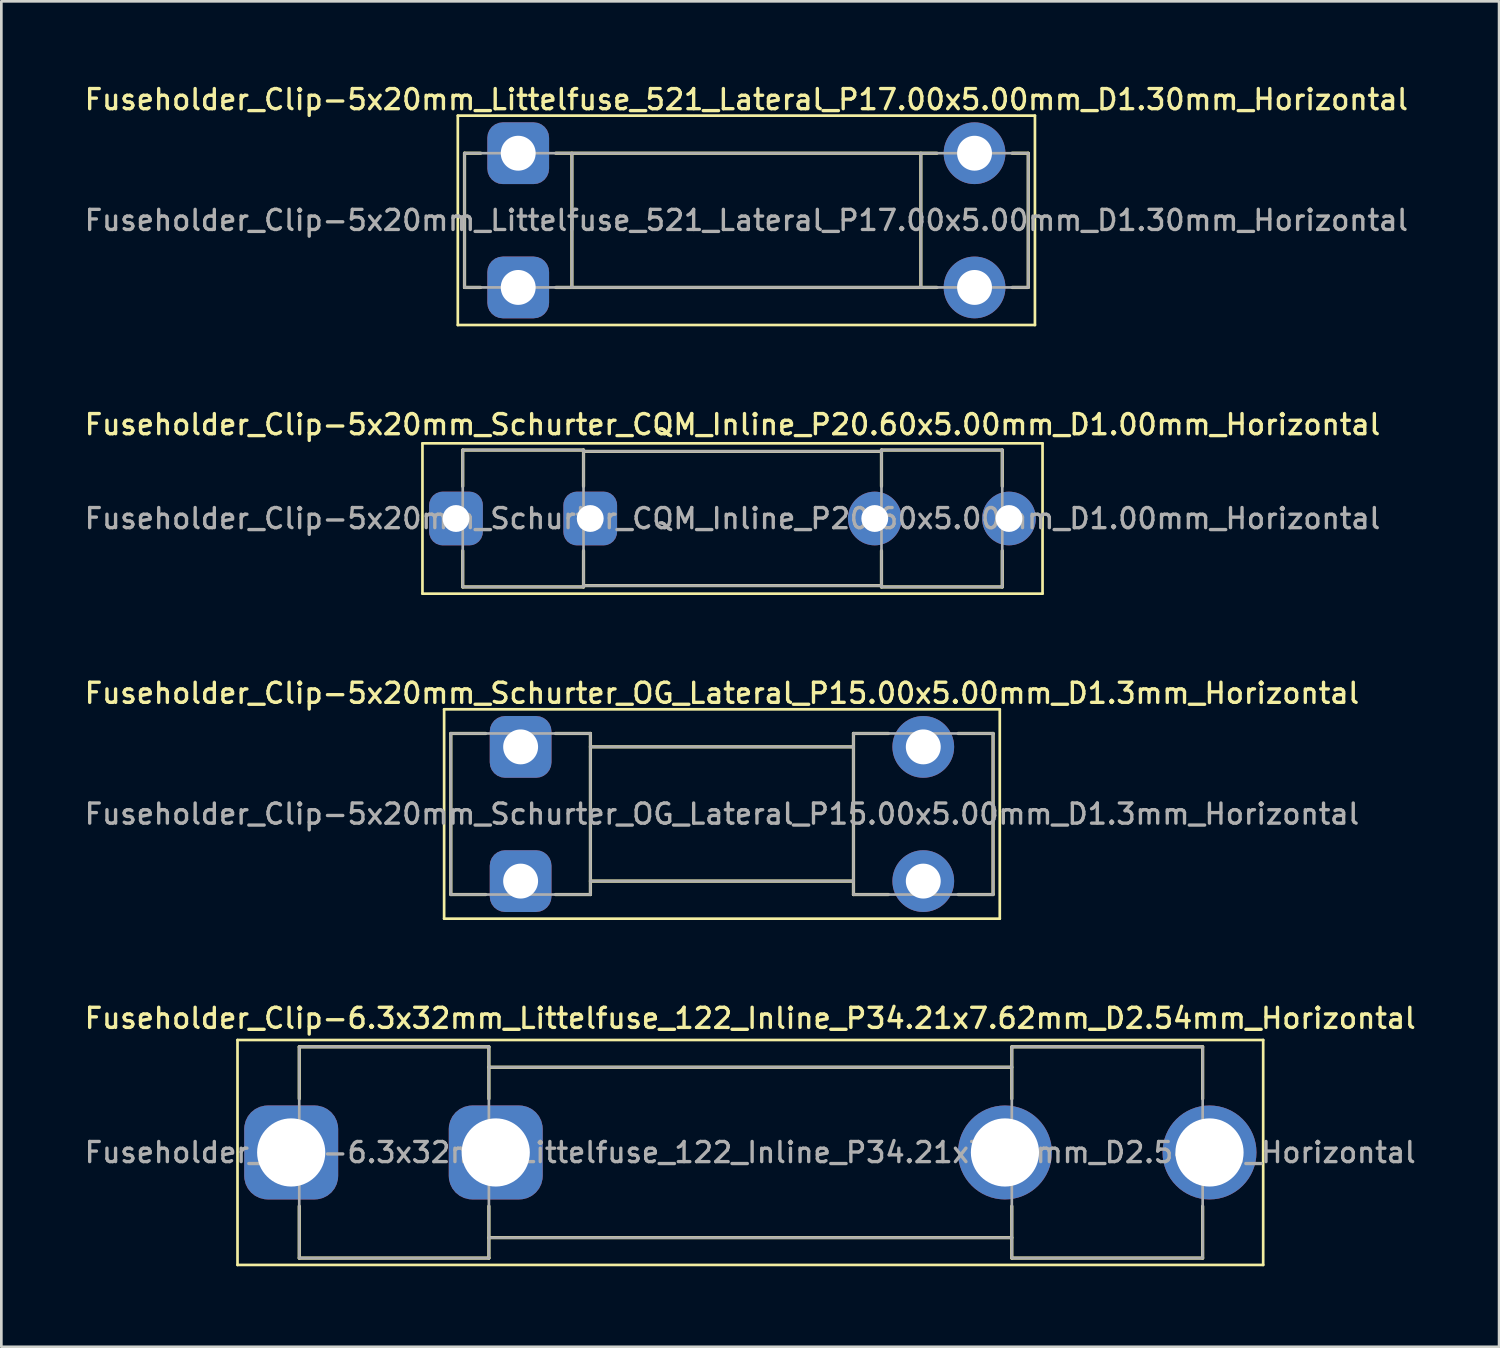
<source format=kicad_pcb>
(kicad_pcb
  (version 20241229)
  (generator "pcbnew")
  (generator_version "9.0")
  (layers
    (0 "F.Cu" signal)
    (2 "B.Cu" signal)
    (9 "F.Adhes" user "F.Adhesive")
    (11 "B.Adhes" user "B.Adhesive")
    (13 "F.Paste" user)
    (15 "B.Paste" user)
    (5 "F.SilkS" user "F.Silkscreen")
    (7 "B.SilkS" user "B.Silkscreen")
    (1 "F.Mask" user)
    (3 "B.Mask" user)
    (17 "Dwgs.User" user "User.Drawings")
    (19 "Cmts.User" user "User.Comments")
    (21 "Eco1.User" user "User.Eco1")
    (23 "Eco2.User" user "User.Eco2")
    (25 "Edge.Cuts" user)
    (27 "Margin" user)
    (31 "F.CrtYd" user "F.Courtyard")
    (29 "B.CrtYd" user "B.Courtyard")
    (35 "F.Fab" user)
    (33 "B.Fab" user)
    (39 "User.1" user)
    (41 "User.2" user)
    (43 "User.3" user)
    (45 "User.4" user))
  (footprint "Fuseholder_Clip-5x20mm_Littelfuse_521_Lateral_P17.00x5.00mm_D1.30mm_Horizontal"
    (layer "F.Cu")
    (at 16.255 2.658)
    (property "Reference" "Fuseholder_Clip-5x20mm_Littelfuse_521_Lateral_P17.00x5.00mm_D1.30mm_Horizontal" (at 8.5 -2 0) (layer "F.SilkS") (effects (font (size 0.75 0.75) (thickness 0.125))))
    (attr through_hole)
    (fp_line (start -2.25 -1.4) (end -2.25 6.4) (stroke (width 0.1) (type solid)) (layer "F.SilkS"))
    (fp_line (start -2.25 -1.4) (end 19.25 -1.4) (stroke (width 0.1) (type solid)) (layer "F.SilkS"))
    (fp_line (start -2 5) (end -2 0) (stroke (width 0.12) (type solid)) (layer "F.SilkS"))
    (fp_line (start -1.4 0) (end -2 0) (stroke (width 0.12) (type solid)) (layer "F.SilkS"))
    (fp_line (start -1.4 5) (end -2 5) (stroke (width 0.12) (type solid)) (layer "F.SilkS"))
    (fp_line (start 2 0) (end 2 5) (stroke (width 0.12) (type solid)) (layer "F.SilkS"))
    (fp_line (start 15 0) (end 15 5) (stroke (width 0.12) (type solid)) (layer "F.SilkS"))
    (fp_line (start 15.6 0) (end 1.4 0) (stroke (width 0.12) (type solid)) (layer "F.SilkS"))
    (fp_line (start 15.6 5) (end 1.4 5) (stroke (width 0.12) (type solid)) (layer "F.SilkS"))
    (fp_line (start 18.4 0) (end 19 0) (stroke (width 0.12) (type solid)) (layer "F.SilkS"))
    (fp_line (start 18.4 5) (end 19 5) (stroke (width 0.12) (type solid)) (layer "F.SilkS"))
    (fp_line (start 19 0) (end 19 5) (stroke (width 0.12) (type solid)) (layer "F.SilkS"))
    (fp_line (start 19.25 6.4) (end -2.25 6.4) (stroke (width 0.1) (type solid)) (layer "F.SilkS"))
    (fp_line (start 19.25 6.4) (end 19.25 -1.4) (stroke (width 0.1) (type solid)) (layer "F.SilkS"))
    (fp_line (start -2 0) (end 19 0) (stroke (width 0.1) (type solid)) (layer "F.Fab"))
    (fp_line (start -2 5) (end -2 0) (stroke (width 0.1) (type solid)) (layer "F.Fab"))
    (fp_line (start 2 0) (end 2 5) (stroke (width 0.1) (type solid)) (layer "F.Fab"))
    (fp_line (start 15 0) (end 15 5) (stroke (width 0.1) (type solid)) (layer "F.Fab"))
    (fp_line (start 19 5) (end -2 5) (stroke (width 0.1) (type solid)) (layer "F.Fab"))
    (fp_line (start 19 5) (end 19 0) (stroke (width 0.1) (type solid)) (layer "F.Fab"))
    (fp_text user "${REFERENCE}" (at 8.5 2.5 0) (layer "F.Fab") (effects (font (size 0.75 0.75) (thickness 0.125))))
    (pad "1" thru_hole roundrect (at 0 0) (size 2.3 2.3) (drill 1.3) (layers "*.Cu" "*.Mask") (roundrect_rratio 0.25))
    (pad "1" thru_hole roundrect (at 0 5) (size 2.3 2.3) (drill 1.3) (layers "*.Cu" "*.Mask") (roundrect_rratio 0.25))
    (pad "2" thru_hole circle (at 17 0) (size 2.3 2.3) (drill 1.3) (layers "*.Cu" "*.Mask"))
    (pad "2" thru_hole circle (at 17 5) (size 2.3 2.3) (drill 1.3) (layers "*.Cu" "*.Mask")))
  (footprint "Fuseholder_Clip-6.3x32mm_Littelfuse_122_Inline_P34.21x7.62mm_D2.54mm_Horizontal"
    (layer "F.Cu")
    (at 7.798 39.883)
    (property "Reference" "Fuseholder_Clip-6.3x32mm_Littelfuse_122_Inline_P34.21x7.62mm_D2.54mm_Horizontal" (at 17.1 -5 0) (layer "F.SilkS") (effects (font (size 0.75 0.75) (thickness 0.125))))
    (attr through_hole)
    (fp_line (start -2 -4.19) (end -2 4.19) (stroke (width 0.1) (type solid)) (layer "F.SilkS"))
    (fp_line (start -2 -4.19) (end 36.21 -4.19) (stroke (width 0.1) (type solid)) (layer "F.SilkS"))
    (fp_line (start 0.3 -3.935) (end 0.3 -2) (stroke (width 0.12) (type solid)) (layer "F.SilkS"))
    (fp_line (start 0.3 3.935) (end 0.3 2) (stroke (width 0.12) (type solid)) (layer "F.SilkS"))
    (fp_line (start 7.365 -3.935) (end 0.3 -3.935) (stroke (width 0.12) (type solid)) (layer "F.SilkS"))
    (fp_line (start 7.365 -3.935) (end 7.365 -2) (stroke (width 0.12) (type solid)) (layer "F.SilkS"))
    (fp_line (start 7.365 3.935) (end 0.3 3.935) (stroke (width 0.12) (type solid)) (layer "F.SilkS"))
    (fp_line (start 7.365 3.935) (end 7.365 2) (stroke (width 0.12) (type solid)) (layer "F.SilkS"))
    (fp_line (start 26.845 -3.935) (end 26.845 -2) (stroke (width 0.12) (type solid)) (layer "F.SilkS"))
    (fp_line (start 26.845 -3.175) (end 7.365 -3.175) (stroke (width 0.12) (type solid)) (layer "F.SilkS"))
    (fp_line (start 26.845 3.175) (end 7.365 3.175) (stroke (width 0.12) (type solid)) (layer "F.SilkS"))
    (fp_line (start 26.845 3.935) (end 26.845 2) (stroke (width 0.12) (type solid)) (layer "F.SilkS"))
    (fp_line (start 26.845 3.935) (end 33.955 3.935) (stroke (width 0.12) (type solid)) (layer "F.SilkS"))
    (fp_line (start 33.955 -3.935) (end 26.845 -3.935) (stroke (width 0.12) (type solid)) (layer "F.SilkS"))
    (fp_line (start 33.955 -2) (end 33.955 -3.935) (stroke (width 0.12) (type solid)) (layer "F.SilkS"))
    (fp_line (start 33.955 2) (end 33.955 3.935) (stroke (width 0.12) (type solid)) (layer "F.SilkS"))
    (fp_line (start 36.21 4.19) (end -2 4.19) (stroke (width 0.1) (type solid)) (layer "F.SilkS"))
    (fp_line (start 36.21 4.19) (end 36.21 -4.19) (stroke (width 0.1) (type solid)) (layer "F.SilkS"))
    (fp_line (start 0.3 -3.935) (end 7.365 -3.935) (stroke (width 0.1) (type solid)) (layer "F.Fab"))
    (fp_line (start 0.3 3.935) (end 0.3 -3.935) (stroke (width 0.1) (type solid)) (layer "F.Fab"))
    (fp_line (start 7.365 -3.935) (end 7.365 3.935) (stroke (width 0.1) (type solid)) (layer "F.Fab"))
    (fp_line (start 7.365 -3.175) (end 26.845 -3.175) (stroke (width 0.1) (type solid)) (layer "F.Fab"))
    (fp_line (start 7.365 3.935) (end 0.3 3.935) (stroke (width 0.1) (type solid)) (layer "F.Fab"))
    (fp_line (start 26.845 -3.935) (end 26.845 3.935) (stroke (width 0.1) (type solid)) (layer "F.Fab"))
    (fp_line (start 26.845 3.175) (end 7.365 3.175) (stroke (width 0.1) (type solid)) (layer "F.Fab"))
    (fp_line (start 26.845 3.935) (end 33.955 3.935) (stroke (width 0.1) (type solid)) (layer "F.Fab"))
    (fp_line (start 33.955 -3.935) (end 26.845 -3.935) (stroke (width 0.1) (type solid)) (layer "F.Fab"))
    (fp_line (start 33.955 3.935) (end 33.955 -3.935) (stroke (width 0.1) (type solid)) (layer "F.Fab"))
    (fp_text user "${REFERENCE}" (at 17.1 0 0) (layer "F.Fab") (effects (font (size 0.75 0.75) (thickness 0.125))))
    (pad "1" thru_hole roundrect (at 0 0) (size 3.5 3.5) (drill 2.54) (layers "*.Cu" "*.Mask") (roundrect_rratio 0.25))
    (pad "1" thru_hole roundrect (at 7.62 0) (size 3.5 3.5) (drill 2.54) (layers "*.Cu" "*.Mask") (roundrect_rratio 0.25))
    (pad "2" thru_hole circle (at 26.59 0) (size 3.5 3.5) (drill 2.54) (layers "*.Cu" "*.Mask"))
    (pad "2" thru_hole circle (at 34.21 0) (size 3.5 3.5) (drill 2.54) (layers "*.Cu" "*.Mask")))
  (footprint "Fuseholder_Clip-5x20mm_Schurter_OG_Lateral_P15.00x5.00mm_D1.3mm_Horizontal"
    (layer "F.Cu")
    (at 16.345 24.774)
    (property "Reference" "Fuseholder_Clip-5x20mm_Schurter_OG_Lateral_P15.00x5.00mm_D1.3mm_Horizontal" (at 7.5 -2 0) (layer "F.SilkS") (effects (font (size 0.75 0.75) (thickness 0.125))))
    (attr through_hole)
    (fp_line (start -2.85 -1.4) (end -2.85 6.4) (stroke (width 0.1) (type solid)) (layer "F.SilkS"))
    (fp_line (start -2.85 -1.4) (end 17.85 -1.4) (stroke (width 0.1) (type solid)) (layer "F.SilkS"))
    (fp_line (start -2.6 5.5) (end -2.6 -0.5) (stroke (width 0.12) (type solid)) (layer "F.SilkS"))
    (fp_line (start -1.3 -0.5) (end -2.6 -0.5) (stroke (width 0.12) (type solid)) (layer "F.SilkS"))
    (fp_line (start -1.3 5.5) (end -2.6 5.5) (stroke (width 0.12) (type solid)) (layer "F.SilkS"))
    (fp_line (start 2.6 -0.5) (end 1.3 -0.5) (stroke (width 0.12) (type solid)) (layer "F.SilkS"))
    (fp_line (start 2.6 -0.5) (end 2.6 5.5) (stroke (width 0.12) (type solid)) (layer "F.SilkS"))
    (fp_line (start 2.6 5.5) (end 1.3 5.5) (stroke (width 0.12) (type solid)) (layer "F.SilkS"))
    (fp_line (start 12.4 -0.5) (end 12.4 5.5) (stroke (width 0.12) (type solid)) (layer "F.SilkS"))
    (fp_line (start 12.4 0) (end 2.6 0) (stroke (width 0.12) (type solid)) (layer "F.SilkS"))
    (fp_line (start 12.4 5) (end 2.6 5) (stroke (width 0.12) (type solid)) (layer "F.SilkS"))
    (fp_line (start 13.7 -0.5) (end 12.4 -0.5) (stroke (width 0.12) (type solid)) (layer "F.SilkS"))
    (fp_line (start 13.7 5.5) (end 12.4 5.5) (stroke (width 0.12) (type solid)) (layer "F.SilkS"))
    (fp_line (start 16.3 -0.5) (end 17.6 -0.5) (stroke (width 0.12) (type solid)) (layer "F.SilkS"))
    (fp_line (start 16.3 5.5) (end 17.6 5.5) (stroke (width 0.12) (type solid)) (layer "F.SilkS"))
    (fp_line (start 17.6 -0.5) (end 17.6 5.5) (stroke (width 0.12) (type solid)) (layer "F.SilkS"))
    (fp_line (start 17.85 6.4) (end -2.85 6.4) (stroke (width 0.1) (type solid)) (layer "F.SilkS"))
    (fp_line (start 17.85 6.4) (end 17.85 -1.4) (stroke (width 0.1) (type solid)) (layer "F.SilkS"))
    (fp_line (start -2.6 -0.5) (end 2.6 -0.5) (stroke (width 0.1) (type solid)) (layer "F.Fab"))
    (fp_line (start -2.6 5.5) (end -2.6 -0.5) (stroke (width 0.1) (type solid)) (layer "F.Fab"))
    (fp_line (start 2.6 -0.5) (end 2.6 5.5) (stroke (width 0.1) (type solid)) (layer "F.Fab"))
    (fp_line (start 2.6 0) (end 12.4 0) (stroke (width 0.1) (type solid)) (layer "F.Fab"))
    (fp_line (start 2.6 5.5) (end -2.6 5.5) (stroke (width 0.1) (type solid)) (layer "F.Fab"))
    (fp_line (start 12.4 -0.5) (end 12.4 5.5) (stroke (width 0.1) (type solid)) (layer "F.Fab"))
    (fp_line (start 12.4 5) (end 2.6 5) (stroke (width 0.1) (type solid)) (layer "F.Fab"))
    (fp_line (start 12.4 5.5) (end 17.6 5.5) (stroke (width 0.1) (type solid)) (layer "F.Fab"))
    (fp_line (start 17.6 -0.5) (end 12.4 -0.5) (stroke (width 0.1) (type solid)) (layer "F.Fab"))
    (fp_line (start 17.6 5.5) (end 17.6 -0.5) (stroke (width 0.1) (type solid)) (layer "F.Fab"))
    (fp_text user "${REFERENCE}" (at 7.5 2.5 0) (layer "F.Fab") (effects (font (size 0.75 0.75) (thickness 0.125))))
    (pad "1" thru_hole roundrect (at 0 0) (size 2.3 2.3) (drill 1.3) (layers "*.Cu" "*.Mask") (roundrect_rratio 0.25))
    (pad "1" thru_hole roundrect (at 0 5) (size 2.3 2.3) (drill 1.3) (layers "*.Cu" "*.Mask") (roundrect_rratio 0.25))
    (pad "2" thru_hole circle (at 15 0) (size 2.3 2.3) (drill 1.3) (layers "*.Cu" "*.Mask"))
    (pad "2" thru_hole circle (at 15 5) (size 2.3 2.3) (drill 1.3) (layers "*.Cu" "*.Mask")))
  (footprint "Fuseholder_Clip-5x20mm_Schurter_CQM_Inline_P20.60x5.00mm_D1.00mm_Horizontal"
    (layer "F.Cu")
    (at 13.938 16.266)
    (property "Reference" "Fuseholder_Clip-5x20mm_Schurter_CQM_Inline_P20.60x5.00mm_D1.00mm_Horizontal" (at 10.3 -3.5 0) (layer "F.SilkS") (effects (font (size 0.75 0.75) (thickness 0.125))))
    (attr through_hole)
    (fp_line (start -1.25 -2.8) (end -1.25 2.8) (stroke (width 0.1) (type solid)) (layer "F.SilkS"))
    (fp_line (start -1.25 -2.8) (end 21.85 -2.8) (stroke (width 0.1) (type solid)) (layer "F.SilkS"))
    (fp_line (start 0.25 -2.55) (end 0.25 -1.2) (stroke (width 0.12) (type solid)) (layer "F.SilkS"))
    (fp_line (start 0.25 2.55) (end 0.25 1.2) (stroke (width 0.12) (type solid)) (layer "F.SilkS"))
    (fp_line (start 4.75 -2.55) (end 0.25 -2.55) (stroke (width 0.12) (type solid)) (layer "F.SilkS"))
    (fp_line (start 4.75 -2.55) (end 4.75 -1.2) (stroke (width 0.12) (type solid)) (layer "F.SilkS"))
    (fp_line (start 4.75 2.55) (end 0.25 2.55) (stroke (width 0.12) (type solid)) (layer "F.SilkS"))
    (fp_line (start 4.75 2.55) (end 4.75 1.2) (stroke (width 0.12) (type solid)) (layer "F.SilkS"))
    (fp_line (start 15.85 -2.55) (end 15.85 -1.2) (stroke (width 0.12) (type solid)) (layer "F.SilkS"))
    (fp_line (start 15.85 -2.5) (end 4.75 -2.5) (stroke (width 0.12) (type solid)) (layer "F.SilkS"))
    (fp_line (start 15.85 2.5) (end 4.75 2.5) (stroke (width 0.12) (type solid)) (layer "F.SilkS"))
    (fp_line (start 15.85 2.55) (end 15.85 1.2) (stroke (width 0.12) (type solid)) (layer "F.SilkS"))
    (fp_line (start 15.85 2.55) (end 20.35 2.55) (stroke (width 0.12) (type solid)) (layer "F.SilkS"))
    (fp_line (start 20.35 -2.55) (end 15.85 -2.55) (stroke (width 0.12) (type solid)) (layer "F.SilkS"))
    (fp_line (start 20.35 -1.2) (end 20.35 -2.55) (stroke (width 0.12) (type solid)) (layer "F.SilkS"))
    (fp_line (start 20.35 1.2) (end 20.35 2.55) (stroke (width 0.12) (type solid)) (layer "F.SilkS"))
    (fp_line (start 21.85 2.8) (end -1.25 2.8) (stroke (width 0.1) (type solid)) (layer "F.SilkS"))
    (fp_line (start 21.85 2.8) (end 21.85 -2.8) (stroke (width 0.1) (type solid)) (layer "F.SilkS"))
    (fp_line (start 0.25 -2.55) (end 4.75 -2.55) (stroke (width 0.1) (type solid)) (layer "F.Fab"))
    (fp_line (start 0.25 2.55) (end 0.25 -2.55) (stroke (width 0.1) (type solid)) (layer "F.Fab"))
    (fp_line (start 4.75 -2.55) (end 4.75 2.55) (stroke (width 0.1) (type solid)) (layer "F.Fab"))
    (fp_line (start 4.75 -2.5) (end 15.85 -2.5) (stroke (width 0.1) (type solid)) (layer "F.Fab"))
    (fp_line (start 4.75 2.55) (end 0.25 2.55) (stroke (width 0.1) (type solid)) (layer "F.Fab"))
    (fp_line (start 15.85 -2.55) (end 15.85 2.55) (stroke (width 0.1) (type solid)) (layer "F.Fab"))
    (fp_line (start 15.85 2.5) (end 4.75 2.5) (stroke (width 0.1) (type solid)) (layer "F.Fab"))
    (fp_line (start 15.85 2.55) (end 20.35 2.55) (stroke (width 0.1) (type solid)) (layer "F.Fab"))
    (fp_line (start 20.35 -2.55) (end 15.85 -2.55) (stroke (width 0.1) (type solid)) (layer "F.Fab"))
    (fp_line (start 20.35 2.55) (end 20.35 -2.55) (stroke (width 0.1) (type solid)) (layer "F.Fab"))
    (fp_text user "${REFERENCE}" (at 10.3 0 0) (layer "F.Fab") (effects (font (size 0.75 0.75) (thickness 0.125))))
    (pad "1" thru_hole roundrect (at 0 0) (size 2 2) (drill 1) (layers "*.Cu" "*.Mask") (roundrect_rratio 0.25))
    (pad "1" thru_hole roundrect (at 5 0) (size 2 2) (drill 1) (layers "*.Cu" "*.Mask") (roundrect_rratio 0.25))
    (pad "2" thru_hole circle (at 15.6 0) (size 2 2) (drill 1) (layers "*.Cu" "*.Mask"))
    (pad "2" thru_hole circle (at 20.6 0) (size 2 2) (drill 1) (layers "*.Cu" "*.Mask")))
  (gr_rect
    (start -3 -3)
    (end 52.796 47.123)
    (stroke (width 0.1) (type default))
    (fill no)
    (layer "Edge.Cuts")))
</source>
